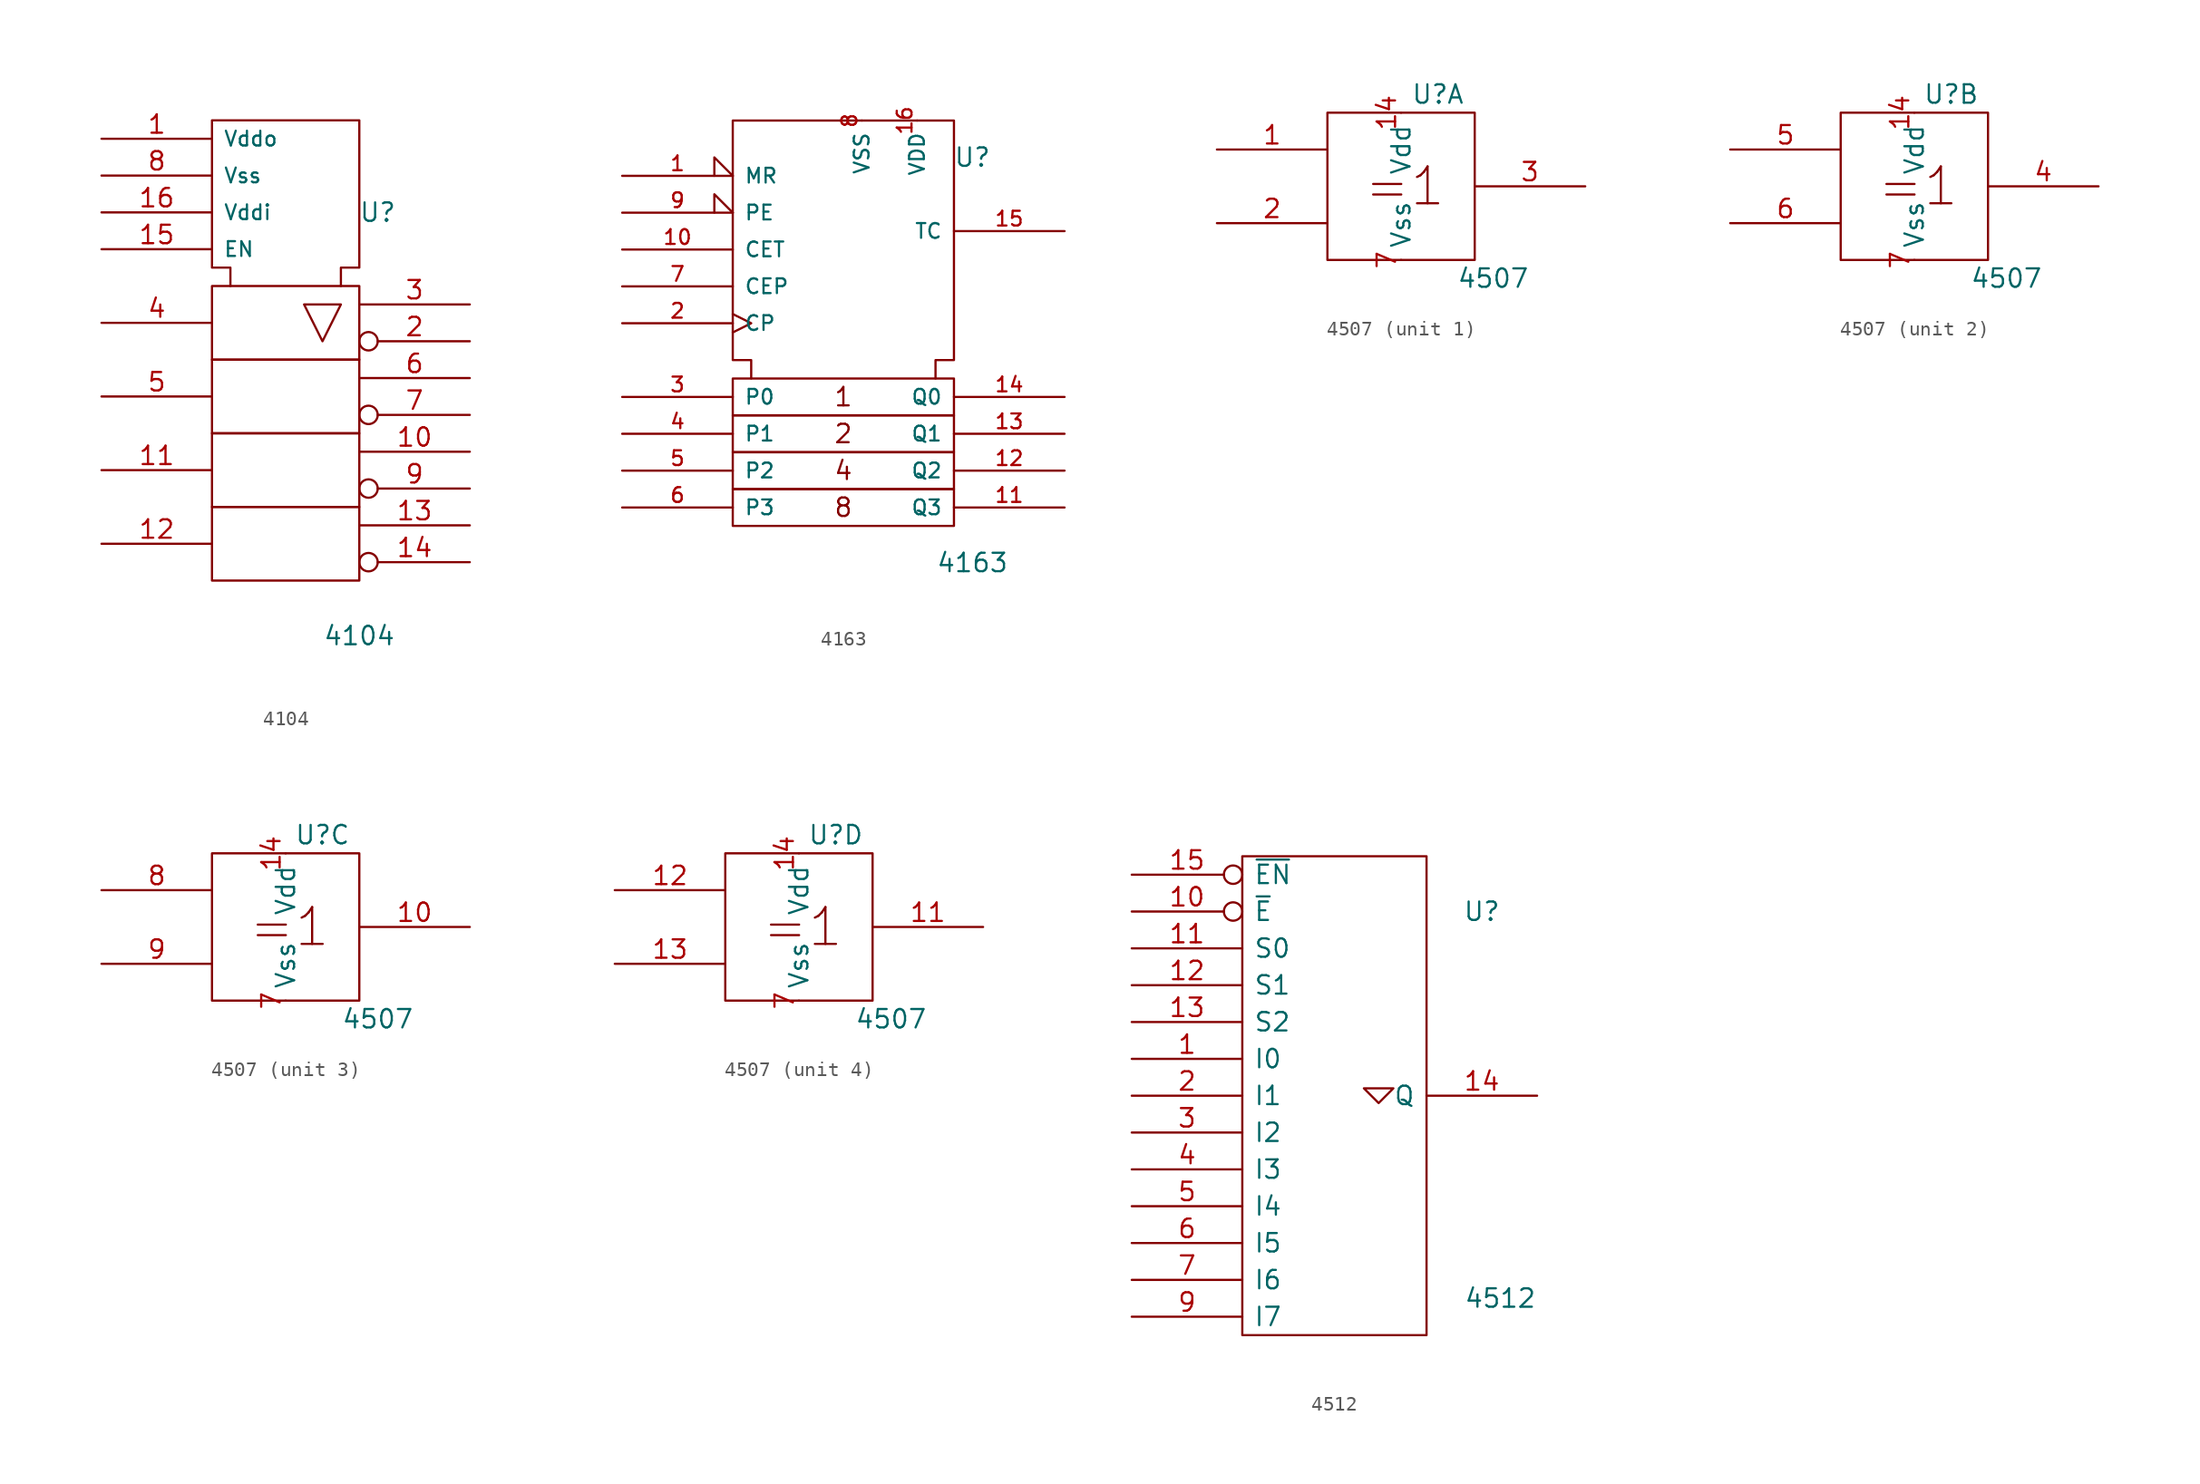
<source format=kicad_sym>
(kicad_symbol_lib
  (version 20211014)
  (generator kicad_symbol_editor)
  (symbol "4104"
    (pin_names
      (offset 0.762))
    (property "Reference" "U"
      (at 6.35 8.89 0)
      (effects (font (size 1.27 1.27))))
    (property "Value" "4104"
      (at 5.08 -20.32 0)
      (effects (font (size 1.27 1.27))))
    (symbol "4104_0_0"
      (rectangle (start -5.08 -11.43) (end 5.08 -16.51) (stroke (width 0) (type default) (color 0 0 0 0)) (fill (type none)))
      (rectangle (start -5.08 -6.35) (end 5.08 -11.43) (stroke (width 0) (type default) (color 0 0 0 0)) (fill (type none)))
      (rectangle (start -5.08 -1.27) (end 5.08 -6.35) (stroke (width 0) (type default) (color 0 0 0 0)) (fill (type none)))
      (rectangle (start -5.08 3.81) (end 5.08 -1.27) (stroke (width 0) (type default) (color 0 0 0 0)) (fill (type none)))
      (polyline (pts (xy 1.27 2.54) (xy 3.81 2.54) (xy 2.54 0) (xy 1.27 2.54) (xy 1.27 2.54)) (stroke (width 0) (type default) (color 0 0 0 0)) (fill (type none)))
      (polyline (pts (xy -3.81 3.81) (xy -3.81 5.08) (xy -5.08 5.08) (xy -5.08 15.24) (xy 5.08 15.24) (xy 5.08 5.08) (xy 3.81 5.08) (xy 3.81 3.81) (xy 3.81 3.81)) (stroke (width 0) (type default) (color 0 0 0 0)) (fill (type none))))
    (symbol "4104_1_1"
      (pin power_in line (at -12.7 13.97 0) (length 7.62) (name "Vddo" (effects (font (size 1.016 1.016)))) (number "1" (effects (font (size 1.27 1.27)))))
      (pin input line (at 12.7 -7.62 180) (length 7.62) (name "~" (effects (font (size 1.016 1.016)))) (number "10" (effects (font (size 1.27 1.27)))))
      (pin input line (at -12.7 -8.89 0) (length 7.62) (name "~" (effects (font (size 1.016 1.016)))) (number "11" (effects (font (size 1.27 1.27)))))
      (pin input line (at -12.7 -13.97 0) (length 7.62) (name "~" (effects (font (size 1.016 1.016)))) (number "12" (effects (font (size 1.27 1.27)))))
      (pin input line (at 12.7 -12.7 180) (length 7.62) (name "~" (effects (font (size 1.016 1.016)))) (number "13" (effects (font (size 1.27 1.27)))))
      (pin output inverted (at 12.7 -15.24 180) (length 7.62) (name "~" (effects (font (size 1.016 1.016)))) (number "14" (effects (font (size 1.27 1.27)))))
      (pin input line (at -12.7 6.35 0) (length 7.62) (name "EN" (effects (font (size 1.016 1.016)))) (number "15" (effects (font (size 1.27 1.27)))))
      (pin power_in line (at -12.7 8.89 0) (length 7.62) (name "Vddi" (effects (font (size 1.016 1.016)))) (number "16" (effects (font (size 1.27 1.27)))))
      (pin output inverted (at 12.7 0 180) (length 7.62) (name "~" (effects (font (size 1.016 1.016)))) (number "2" (effects (font (size 1.27 1.27)))))
      (pin input line (at 12.7 2.54 180) (length 7.62) (name "~" (effects (font (size 1.016 1.016)))) (number "3" (effects (font (size 1.27 1.27)))))
      (pin input line (at -12.7 1.27 0) (length 7.62) (name "~" (effects (font (size 1.016 1.016)))) (number "4" (effects (font (size 1.27 1.27)))))
      (pin input line (at -12.7 -3.81 0) (length 7.62) (name "~" (effects (font (size 1.016 1.016)))) (number "5" (effects (font (size 1.27 1.27)))))
      (pin input line (at 12.7 -2.54 180) (length 7.62) (name "~" (effects (font (size 1.016 1.016)))) (number "6" (effects (font (size 1.27 1.27)))))
      (pin output inverted (at 12.7 -5.08 180) (length 7.62) (name "~" (effects (font (size 1.016 1.016)))) (number "7" (effects (font (size 1.27 1.27)))))
      (pin power_in line (at -12.7 11.43 0) (length 7.62) (name "Vss" (effects (font (size 1.016 1.016)))) (number "8" (effects (font (size 1.27 1.27)))))
      (pin output inverted (at 12.7 -10.16 180) (length 7.62) (name "~" (effects (font (size 1.016 1.016)))) (number "9" (effects (font (size 1.27 1.27)))))))
  (symbol "4163"
    (pin_names
      (offset 0.762))
    (property "Reference" "U"
      (at 8.89 10.16 0)
      (effects (font (size 1.27 1.27))))
    (property "Value" "4163"
      (at 8.89 -17.78 0)
      (effects (font (size 1.27 1.27))))
    (symbol "4163_0_0"
      (rectangle (start -7.62 -12.7) (end 7.62 -15.24) (stroke (width 0) (type default) (color 0 0 0 0)) (fill (type none)))
      (rectangle (start -7.62 -10.16) (end 7.62 -12.7) (stroke (width 0) (type default) (color 0 0 0 0)) (fill (type none)))
      (rectangle (start -7.62 -7.62) (end 7.62 -10.16) (stroke (width 0) (type default) (color 0 0 0 0)) (fill (type none)))
      (rectangle (start -7.62 -5.08) (end 7.62 -7.62) (stroke (width 0) (type default) (color 0 0 0 0)) (fill (type none)))
      (polyline (pts (xy -6.35 -5.08) (xy -6.35 -3.81) (xy -7.62 -3.81) (xy -7.62 12.7) (xy 7.62 12.7) (xy 7.62 -3.81) (xy 6.35 -3.81) (xy 6.35 -5.08) (xy 6.35 -5.08)) (stroke (width 0) (type default) (color 0 0 0 0)) (fill (type none)))
      (text "1" (at 0 -6.35 0) (effects (font (size 1.27 1.27))))
      (text "2" (at 0 -8.89 0) (effects (font (size 1.27 1.27))))
      (text "4" (at 0 -11.43 0) (effects (font (size 1.27 1.27))))
      (text "8" (at 0 -13.97 0) (effects (font (size 1.27 1.27)))))
    (symbol "4163_1_1"
      (pin input input_low (at -15.24 8.89 0) (length 7.62) (name "MR" (effects (font (size 1.016 1.016)))) (number "1" (effects (font (size 1.016 1.016)))))
      (pin input line (at -15.24 3.81 0) (length 7.62) (name "CET" (effects (font (size 1.016 1.016)))) (number "10" (effects (font (size 1.016 1.016)))))
      (pin output line (at 15.24 -13.97 180) (length 7.62) (name "Q3" (effects (font (size 1.016 1.016)))) (number "11" (effects (font (size 1.016 1.016)))))
      (pin output line (at 15.24 -11.43 180) (length 7.62) (name "Q2" (effects (font (size 1.016 1.016)))) (number "12" (effects (font (size 1.016 1.016)))))
      (pin output line (at 15.24 -8.89 180) (length 7.62) (name "Q1" (effects (font (size 1.016 1.016)))) (number "13" (effects (font (size 1.016 1.016)))))
      (pin output line (at 15.24 -6.35 180) (length 7.62) (name "Q0" (effects (font (size 1.016 1.016)))) (number "14" (effects (font (size 1.016 1.016)))))
      (pin output line (at 15.24 5.08 180) (length 7.62) (name "TC" (effects (font (size 1.016 1.016)))) (number "15" (effects (font (size 1.016 1.016)))))
      (pin power_in line (at 5.08 12.7 270) (length 0) (name "VDD" (effects (font (size 1.016 1.016)))) (number "16" (effects (font (size 1.016 1.016)))))
      (pin input clock (at -15.24 -1.27 0) (length 7.62) (name "CP" (effects (font (size 1.016 1.016)))) (number "2" (effects (font (size 1.016 1.016)))))
      (pin input line (at -15.24 -6.35 0) (length 7.62) (name "P0" (effects (font (size 1.016 1.016)))) (number "3" (effects (font (size 1.016 1.016)))))
      (pin input line (at -15.24 -8.89 0) (length 7.62) (name "P1" (effects (font (size 1.016 1.016)))) (number "4" (effects (font (size 1.016 1.016)))))
      (pin input line (at -15.24 -11.43 0) (length 7.62) (name "P2" (effects (font (size 1.016 1.016)))) (number "5" (effects (font (size 1.016 1.016)))))
      (pin input line (at -15.24 -13.97 0) (length 7.62) (name "P3" (effects (font (size 1.016 1.016)))) (number "6" (effects (font (size 1.016 1.016)))))
      (pin input line (at -15.24 1.27 0) (length 7.62) (name "CEP" (effects (font (size 1.016 1.016)))) (number "7" (effects (font (size 1.016 1.016)))))
      (pin power_in line (at 1.27 12.7 270) (length 0) (name "VSS" (effects (font (size 1.016 1.016)))) (number "8" (effects (font (size 1.016 1.016)))))
      (pin input input_low (at -15.24 6.35 0) (length 7.62) (name "PE" (effects (font (size 1.016 1.016)))) (number "9" (effects (font (size 1.016 1.016)))))))
  (symbol "4507"
    (pin_names
      (offset 0.762))
    (property "Reference" "U"
      (at 2.54 6.35 0)
      (effects (font (size 1.27 1.27))))
    (property "Value" "4507"
      (at 6.35 -6.35 0)
      (effects (font (size 1.27 1.27))))
    (symbol "4507_0_0"
      (rectangle (start -5.08 5.08) (end 5.08 -5.08) (stroke (width 0) (type default) (color 0 0 0 0)) (fill (type none)))
      (text "=1" (at 0.254 0 0) (effects (font (size 2.54 2.54))))
      (pin power_in line (at 0 5.08 270) (length 0) (name "Vdd" (effects (font (size 1.27 1.27)))) (number "14" (effects (font (size 1.27 1.27)))))
      (pin power_in line (at 0 -5.08 90) (length 0) (name "Vss" (effects (font (size 1.27 1.27)))) (number "7" (effects (font (size 1.27 1.27))))))
    (symbol "4507_1_1"
      (pin input line (at -12.7 2.54 0) (length 7.62) (name "~" (effects (font (size 1.27 1.27)))) (number "1" (effects (font (size 1.27 1.27)))))
      (pin input line (at -12.7 -2.54 0) (length 7.62) (name "~" (effects (font (size 1.27 1.27)))) (number "2" (effects (font (size 1.27 1.27)))))
      (pin output line (at 12.7 0 180) (length 7.62) (name "~" (effects (font (size 1.27 1.27)))) (number "3" (effects (font (size 1.27 1.27))))))
    (symbol "4507_2_1"
      (pin output line (at 12.7 0 180) (length 7.62) (name "~" (effects (font (size 1.27 1.27)))) (number "4" (effects (font (size 1.27 1.27)))))
      (pin input line (at -12.7 2.54 0) (length 7.62) (name "~" (effects (font (size 1.27 1.27)))) (number "5" (effects (font (size 1.27 1.27)))))
      (pin input line (at -12.7 -2.54 0) (length 7.62) (name "~" (effects (font (size 1.27 1.27)))) (number "6" (effects (font (size 1.27 1.27))))))
    (symbol "4507_3_1"
      (pin output line (at 12.7 0 180) (length 7.62) (name "~" (effects (font (size 1.27 1.27)))) (number "10" (effects (font (size 1.27 1.27)))))
      (pin input line (at -12.7 2.54 0) (length 7.62) (name "~" (effects (font (size 1.27 1.27)))) (number "8" (effects (font (size 1.27 1.27)))))
      (pin input line (at -12.7 -2.54 0) (length 7.62) (name "~" (effects (font (size 1.27 1.27)))) (number "9" (effects (font (size 1.27 1.27))))))
    (symbol "4507_4_1"
      (pin output line (at 12.7 0 180) (length 7.62) (name "~" (effects (font (size 1.27 1.27)))) (number "11" (effects (font (size 1.27 1.27)))))
      (pin input line (at -12.7 2.54 0) (length 7.62) (name "~" (effects (font (size 1.27 1.27)))) (number "12" (effects (font (size 1.27 1.27)))))
      (pin input line (at -12.7 -2.54 0) (length 7.62) (name "~" (effects (font (size 1.27 1.27)))) (number "13" (effects (font (size 1.27 1.27)))))))
  (symbol "4512"
    (pin_names
      (offset 0.762))
    (property "Reference" "U"
      (at 10.16 12.7 0)
      (effects (font (size 1.27 1.27))))
    (property "Value" "4512"
      (at 11.43 -13.97 0)
      (effects (font (size 1.27 1.27))))
    (symbol "4512_0_1"
      (rectangle (start -6.35 16.51) (end 6.35 -16.51) (stroke (width 0) (type default) (color 0 0 0 0)) (fill (type none)))
      (polyline (pts (xy 2.032 0.508) (xy 3.048 -0.508) (xy 4.064 0.508) (xy 2.032 0.508) (xy 2.032 0.508)) (stroke (width 0) (type default) (color 0 0 0 0)) (fill (type none))))
    (symbol "4512_1_1"
      (pin input line (at -13.97 2.54 0) (length 7.62) (name "I0" (effects (font (size 1.27 1.27)))) (number "1" (effects (font (size 1.27 1.27)))))
      (pin input inverted (at -13.97 12.7 0) (length 7.62) (name "~{E}" (effects (font (size 1.27 1.27)))) (number "10" (effects (font (size 1.27 1.27)))))
      (pin input line (at -13.97 10.16 0) (length 7.62) (name "S0" (effects (font (size 1.27 1.27)))) (number "11" (effects (font (size 1.27 1.27)))))
      (pin input line (at -13.97 7.62 0) (length 7.62) (name "S1" (effects (font (size 1.27 1.27)))) (number "12" (effects (font (size 1.27 1.27)))))
      (pin input line (at -13.97 5.08 0) (length 7.62) (name "S2" (effects (font (size 1.27 1.27)))) (number "13" (effects (font (size 1.27 1.27)))))
      (pin output line (at 13.97 0 180) (length 7.62) (name "Q" (effects (font (size 1.27 1.27)))) (number "14" (effects (font (size 1.27 1.27)))))
      (pin input inverted (at -13.97 15.24 0) (length 7.62) (name "~{EN}" (effects (font (size 1.27 1.27)))) (number "15" (effects (font (size 1.27 1.27)))))
      (pin power_in line (at 0 16.51 270) (length 0) hide (name "Vdd" (effects (font (size 1.27 1.27)))) (number "16" (effects (font (size 1.27 1.27)))))
      (pin input line (at -13.97 0 0) (length 7.62) (name "I1" (effects (font (size 1.27 1.27)))) (number "2" (effects (font (size 1.27 1.27)))))
      (pin input line (at -13.97 -2.54 0) (length 7.62) (name "I2" (effects (font (size 1.27 1.27)))) (number "3" (effects (font (size 1.27 1.27)))))
      (pin input line (at -13.97 -5.08 0) (length 7.62) (name "I3" (effects (font (size 1.27 1.27)))) (number "4" (effects (font (size 1.27 1.27)))))
      (pin input line (at -13.97 -7.62 0) (length 7.62) (name "I4" (effects (font (size 1.27 1.27)))) (number "5" (effects (font (size 1.27 1.27)))))
      (pin input line (at -13.97 -10.16 0) (length 7.62) (name "I5" (effects (font (size 1.27 1.27)))) (number "6" (effects (font (size 1.27 1.27)))))
      (pin input line (at -13.97 -12.7 0) (length 7.62) (name "I6" (effects (font (size 1.27 1.27)))) (number "7" (effects (font (size 1.27 1.27)))))
      (pin power_in line (at 0 -16.51 90) (length 0) hide (name "Vss" (effects (font (size 1.27 1.27)))) (number "8" (effects (font (size 1.27 1.27)))))
      (pin input line (at -13.97 -15.24 0) (length 7.62) (name "I7" (effects (font (size 1.27 1.27)))) (number "9" (effects (font (size 1.27 1.27))))))))
</source>
